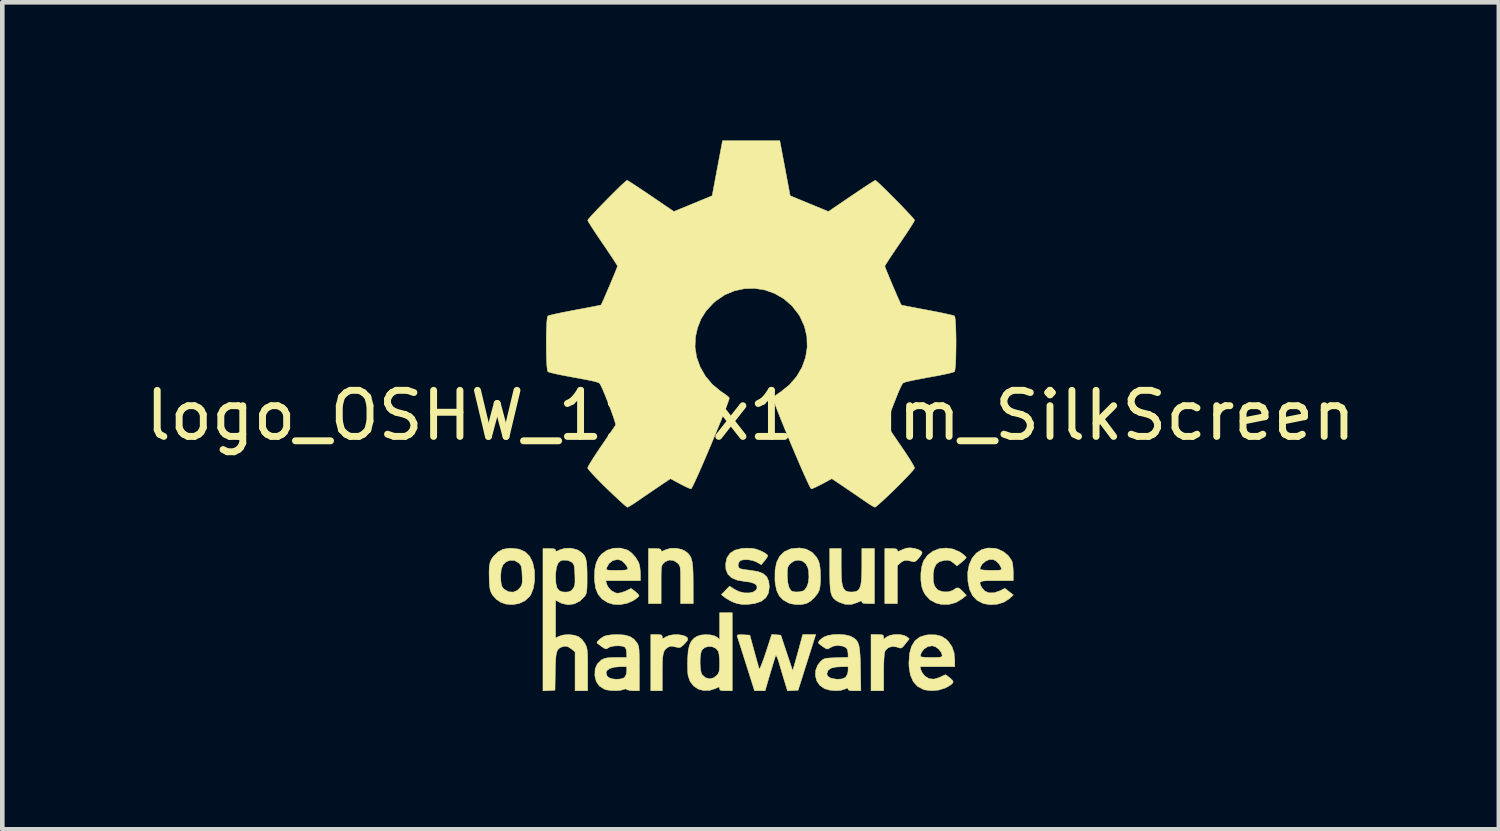
<source format=kicad_pcb>
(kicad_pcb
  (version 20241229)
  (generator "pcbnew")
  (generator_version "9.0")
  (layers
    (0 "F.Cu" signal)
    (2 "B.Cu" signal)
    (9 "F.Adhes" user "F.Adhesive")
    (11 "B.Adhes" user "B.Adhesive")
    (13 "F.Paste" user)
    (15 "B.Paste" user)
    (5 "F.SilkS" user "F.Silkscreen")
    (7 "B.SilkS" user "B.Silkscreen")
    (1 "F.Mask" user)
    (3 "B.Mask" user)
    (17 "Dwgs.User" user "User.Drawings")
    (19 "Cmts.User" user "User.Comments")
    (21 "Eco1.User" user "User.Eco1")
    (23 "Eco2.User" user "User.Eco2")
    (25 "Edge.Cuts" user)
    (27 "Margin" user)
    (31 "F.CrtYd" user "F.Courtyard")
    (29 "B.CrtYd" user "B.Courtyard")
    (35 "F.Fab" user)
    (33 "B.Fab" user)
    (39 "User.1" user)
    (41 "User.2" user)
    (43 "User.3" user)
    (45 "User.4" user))
  (footprint "logo_OSHW_11.4x12mm_SilkScreen"
    (layer "F.Cu")
    (at 13.244 5.969)
    (property "Reference" "logo_OSHW_11.4x12mm_SilkScreen" (at 0 0 0) (layer "F.SilkS") (effects (font (size 1 1) (thickness 0.15))))
    (attr exclude_from_pos_files exclude_from_bom)
    (fp_poly (pts (xy 3.564 2.887) (xy 3.649 2.914) (xy 3.704 2.947) (xy 3.722 2.973) (xy 3.717 3.004) (xy 3.685 3.053) (xy 3.658 3.087) (xy 3.602 3.149) (xy 3.56 3.176) (xy 3.524 3.174) (xy 3.418 3.147) (xy 3.34 3.148) (xy 3.277 3.179) (xy 3.256 3.197) (xy 3.187 3.26) (xy 3.187 4.084) (xy 2.914 4.084) (xy 2.914 2.889) (xy 3.05 2.889) (xy 3.133 2.892) (xy 3.175 2.903) (xy 3.187 2.926) (xy 3.187 2.927) (xy 3.193 2.95) (xy 3.22 2.947) (xy 3.256 2.93) (xy 3.331 2.898) (xy 3.392 2.879) (xy 3.471 2.874) (xy 3.564 2.887)) (stroke (width 0.01) (type solid)) (fill yes) (layer "F.SilkS"))
    (fp_poly (pts (xy 3.238 4.756) (xy 3.334 4.775) (xy 3.389 4.803) (xy 3.446 4.849) (xy 3.364 4.952) (xy 3.314 5.014) (xy 3.28 5.045) (xy 3.246 5.05) (xy 3.196 5.035) (xy 3.173 5.026) (xy 3.078 5.014) (xy 2.991 5.04) (xy 2.927 5.101) (xy 2.917 5.12) (xy 2.905 5.171) (xy 2.897 5.266) (xy 2.891 5.396) (xy 2.889 5.556) (xy 2.889 5.579) (xy 2.889 5.976) (xy 2.615 5.976) (xy 2.615 4.756) (xy 2.752 4.756) (xy 2.831 4.758) (xy 2.872 4.768) (xy 2.887 4.788) (xy 2.889 4.808) (xy 2.889 4.859) (xy 2.954 4.808) (xy 3.029 4.773) (xy 3.131 4.755) (xy 3.238 4.756)) (stroke (width 0.01) (type solid)) (fill yes) (layer "F.SilkS"))
    (fp_poly (pts (xy -1.967 4.759) (xy -1.93 4.77) (xy -1.918 4.795) (xy -1.917 4.806) (xy -1.915 4.837) (xy -1.9 4.841) (xy -1.86 4.82) (xy -1.837 4.806) (xy -1.761 4.775) (xy -1.672 4.76) (xy -1.577 4.758) (xy -1.489 4.77) (xy -1.417 4.792) (xy -1.372 4.824) (xy -1.363 4.865) (xy -1.367 4.875) (xy -1.4 4.921) (xy -1.452 4.976) (xy -1.461 4.985) (xy -1.51 5.026) (xy -1.552 5.04) (xy -1.611 5.03) (xy -1.635 5.024) (xy -1.708 5.009) (xy -1.76 5.016) (xy -1.804 5.039) (xy -1.844 5.071) (xy -1.874 5.111) (xy -1.894 5.166) (xy -1.907 5.245) (xy -1.914 5.355) (xy -1.917 5.503) (xy -1.917 5.592) (xy -1.917 5.976) (xy -2.166 5.976) (xy -2.166 4.756) (xy -2.042 4.756) (xy -1.967 4.759)) (stroke (width 0.01) (type solid)) (fill yes) (layer "F.SilkS"))
    (fp_poly (pts (xy 1.967 3.276) (xy 1.97 3.459) (xy 1.978 3.598) (xy 1.995 3.698) (xy 2.023 3.766) (xy 2.065 3.808) (xy 2.121 3.828) (xy 2.191 3.833) (xy 2.265 3.827) (xy 2.321 3.806) (xy 2.361 3.763) (xy 2.389 3.694) (xy 2.405 3.591) (xy 2.413 3.451) (xy 2.415 3.276) (xy 2.415 2.889) (xy 2.689 2.889) (xy 2.689 4.084) (xy 2.552 4.084) (xy 2.47 4.081) (xy 2.427 4.069) (xy 2.415 4.047) (xy 2.408 4.027) (xy 2.38 4.031) (xy 2.322 4.059) (xy 2.191 4.102) (xy 2.051 4.099) (xy 1.918 4.052) (xy 1.854 4.015) (xy 1.806 3.975) (xy 1.77 3.924) (xy 1.746 3.857) (xy 1.73 3.765) (xy 1.722 3.642) (xy 1.719 3.481) (xy 1.718 3.356) (xy 1.718 2.889) (xy 1.967 2.889) (xy 1.967 3.276)) (stroke (width 0.01) (type solid)) (fill yes) (layer "F.SilkS"))
    (fp_poly (pts (xy -1.493 2.909) (xy -1.431 2.939) (xy -1.371 2.982) (xy -1.326 3.031) (xy -1.292 3.094) (xy -1.269 3.177) (xy -1.255 3.288) (xy -1.248 3.434) (xy -1.246 3.622) (xy -1.246 3.642) (xy -1.245 4.084) (xy -1.519 4.084) (xy -1.519 3.676) (xy -1.519 3.525) (xy -1.521 3.416) (xy -1.524 3.34) (xy -1.531 3.289) (xy -1.543 3.255) (xy -1.56 3.229) (xy -1.585 3.203) (xy -1.67 3.149) (xy -1.762 3.138) (xy -1.851 3.173) (xy -1.881 3.199) (xy -1.904 3.223) (xy -1.92 3.249) (xy -1.931 3.285) (xy -1.937 3.339) (xy -1.941 3.418) (xy -1.942 3.533) (xy -1.942 3.672) (xy -1.942 4.084) (xy -2.216 4.084) (xy -2.216 2.889) (xy -2.079 2.889) (xy -1.997 2.892) (xy -1.955 2.903) (xy -1.942 2.926) (xy -1.942 2.927) (xy -1.937 2.949) (xy -1.911 2.946) (xy -1.861 2.922) (xy -1.748 2.886) (xy -1.618 2.882) (xy -1.493 2.909)) (stroke (width 0.01) (type solid)) (fill yes) (layer "F.SilkS"))
    (fp_poly (pts (xy 4.391 2.899) (xy 4.535 2.96) (xy 4.581 2.99) (xy 4.639 3.036) (xy 4.675 3.072) (xy 4.682 3.084) (xy 4.664 3.11) (xy 4.618 3.154) (xy 4.581 3.185) (xy 4.481 3.266) (xy 4.402 3.199) (xy 4.341 3.156) (xy 4.281 3.141) (xy 4.213 3.145) (xy 4.104 3.172) (xy 4.03 3.228) (xy 3.985 3.318) (xy 3.964 3.448) (xy 3.964 3.449) (xy 3.966 3.594) (xy 3.993 3.701) (xy 4.049 3.774) (xy 4.086 3.799) (xy 4.186 3.829) (xy 4.293 3.829) (xy 4.386 3.8) (xy 4.408 3.785) (xy 4.463 3.748) (xy 4.506 3.742) (xy 4.552 3.769) (xy 4.604 3.819) (xy 4.685 3.903) (xy 4.595 3.978) (xy 4.455 4.062) (xy 4.298 4.103) (xy 4.134 4.1) (xy 4.026 4.072) (xy 3.899 4.005) (xy 3.798 3.898) (xy 3.753 3.822) (xy 3.715 3.714) (xy 3.697 3.577) (xy 3.697 3.429) (xy 3.715 3.286) (xy 3.751 3.167) (xy 3.757 3.155) (xy 3.842 3.035) (xy 3.957 2.947) (xy 4.093 2.894) (xy 4.24 2.878) (xy 4.391 2.899)) (stroke (width 0.01) (type solid)) (fill yes) (layer "F.SilkS"))
    (fp_poly (pts (xy 1.21 2.903) (xy 1.336 2.972) (xy 1.434 3.08) (xy 1.48 3.168) (xy 1.5 3.246) (xy 1.513 3.357) (xy 1.519 3.485) (xy 1.517 3.613) (xy 1.506 3.726) (xy 1.494 3.786) (xy 1.454 3.868) (xy 1.383 3.956) (xy 1.298 4.032) (xy 1.214 4.082) (xy 1.212 4.082) (xy 1.108 4.104) (xy 0.985 4.105) (xy 0.867 4.085) (xy 0.822 4.069) (xy 0.705 4.003) (xy 0.622 3.916) (xy 0.567 3.801) (xy 0.536 3.651) (xy 0.529 3.572) (xy 0.53 3.473) (xy 0.797 3.473) (xy 0.806 3.618) (xy 0.832 3.728) (xy 0.873 3.798) (xy 0.902 3.818) (xy 0.977 3.832) (xy 1.066 3.828) (xy 1.144 3.808) (xy 1.164 3.797) (xy 1.217 3.732) (xy 1.252 3.633) (xy 1.267 3.513) (xy 1.26 3.383) (xy 1.244 3.306) (xy 1.197 3.216) (xy 1.123 3.16) (xy 1.033 3.14) (xy 0.941 3.16) (xy 0.87 3.21) (xy 0.832 3.252) (xy 0.811 3.292) (xy 0.8 3.347) (xy 0.797 3.432) (xy 0.797 3.473) (xy 0.53 3.473) (xy 0.531 3.362) (xy 0.565 3.189) (xy 0.632 3.055) (xy 0.731 2.958) (xy 0.862 2.899) (xy 0.89 2.892) (xy 1.06 2.876) (xy 1.21 2.903)) (stroke (width 0.01) (type solid)) (fill yes) (layer "F.SilkS"))
    (fp_poly (pts (xy 0.558 4.761) (xy 0.656 4.769) (xy 0.785 5.155) (xy 0.914 5.541) (xy 0.954 5.404) (xy 0.978 5.319) (xy 1.01 5.205) (xy 1.045 5.079) (xy 1.063 5.012) (xy 1.132 4.756) (xy 1.415 4.756) (xy 1.33 5.024) (xy 1.288 5.156) (xy 1.238 5.314) (xy 1.185 5.48) (xy 1.139 5.628) (xy 1.032 5.964) (xy 0.801 5.979) (xy 0.738 5.772) (xy 0.699 5.644) (xy 0.657 5.502) (xy 0.62 5.377) (xy 0.619 5.372) (xy 0.592 5.288) (xy 0.567 5.23) (xy 0.55 5.208) (xy 0.547 5.21) (xy 0.534 5.244) (xy 0.511 5.317) (xy 0.48 5.419) (xy 0.443 5.542) (xy 0.423 5.609) (xy 0.315 5.976) (xy 0.086 5.976) (xy -0.098 5.397) (xy -0.149 5.235) (xy -0.196 5.088) (xy -0.236 4.962) (xy -0.267 4.865) (xy -0.287 4.804) (xy -0.293 4.786) (xy -0.288 4.768) (xy -0.251 4.76) (xy -0.173 4.761) (xy -0.16 4.761) (xy -0.016 4.769) (xy 0.079 5.117) (xy 0.114 5.244) (xy 0.145 5.356) (xy 0.17 5.443) (xy 0.185 5.495) (xy 0.188 5.503) (xy 0.2 5.494) (xy 0.224 5.443) (xy 0.257 5.359) (xy 0.297 5.248) (xy 0.331 5.147) (xy 0.459 4.754) (xy 0.558 4.761)) (stroke (width 0.01) (type solid)) (fill yes) (layer "F.SilkS"))
    (fp_poly (pts (xy -5.027 2.902) (xy -4.896 2.959) (xy -4.798 3.055) (xy -4.73 3.19) (xy -4.693 3.364) (xy -4.691 3.391) (xy -4.689 3.582) (xy -4.715 3.75) (xy -4.769 3.886) (xy -4.798 3.93) (xy -4.898 4.022) (xy -5.025 4.082) (xy -5.168 4.107) (xy -5.314 4.094) (xy -5.424 4.055) (xy -5.52 3.99) (xy -5.597 3.904) (xy -5.599 3.902) (xy -5.63 3.849) (xy -5.651 3.795) (xy -5.663 3.728) (xy -5.671 3.633) (xy -5.674 3.555) (xy -5.675 3.484) (xy -5.426 3.484) (xy -5.424 3.554) (xy -5.415 3.648) (xy -5.399 3.708) (xy -5.371 3.751) (xy -5.345 3.776) (xy -5.252 3.828) (xy -5.154 3.835) (xy -5.063 3.798) (xy -5.018 3.755) (xy -4.985 3.713) (xy -4.966 3.672) (xy -4.957 3.619) (xy -4.957 3.54) (xy -4.959 3.467) (xy -4.965 3.363) (xy -4.974 3.295) (xy -4.99 3.251) (xy -5.017 3.217) (xy -5.038 3.198) (xy -5.127 3.147) (xy -5.223 3.145) (xy -5.303 3.175) (xy -5.372 3.237) (xy -5.413 3.34) (xy -5.426 3.484) (xy -5.675 3.484) (xy -5.677 3.4) (xy -5.672 3.284) (xy -5.657 3.196) (xy -5.63 3.128) (xy -5.588 3.067) (xy -5.573 3.049) (xy -5.478 2.959) (xy -5.375 2.906) (xy -5.25 2.884) (xy -5.189 2.882) (xy -5.027 2.902)) (stroke (width 0.01) (type solid)) (fill yes) (layer "F.SilkS"))
    (fp_poly (pts (xy -0.398 5.976) (xy -0.535 5.976) (xy -0.615 5.974) (xy -0.656 5.964) (xy -0.671 5.944) (xy -0.672 5.929) (xy -0.675 5.901) (xy -0.691 5.895) (xy -0.732 5.913) (xy -0.765 5.929) (xy -0.889 5.968) (xy -1.024 5.97) (xy -1.134 5.941) (xy -1.237 5.872) (xy -1.315 5.769) (xy -1.357 5.647) (xy -1.358 5.64) (xy -1.365 5.566) (xy -1.368 5.46) (xy -1.368 5.379) (xy -1.096 5.379) (xy -1.089 5.486) (xy -1.075 5.574) (xy -1.056 5.624) (xy -0.982 5.692) (xy -0.895 5.717) (xy -0.805 5.697) (xy -0.728 5.638) (xy -0.699 5.598) (xy -0.682 5.551) (xy -0.674 5.482) (xy -0.672 5.379) (xy -0.676 5.276) (xy -0.685 5.186) (xy -0.698 5.126) (xy -0.7 5.12) (xy -0.754 5.056) (xy -0.831 5.021) (xy -0.918 5.015) (xy -0.998 5.039) (xy -1.058 5.095) (xy -1.064 5.106) (xy -1.083 5.173) (xy -1.094 5.269) (xy -1.096 5.379) (xy -1.368 5.379) (xy -1.368 5.338) (xy -1.366 5.273) (xy -1.354 5.111) (xy -1.328 4.99) (xy -1.286 4.9) (xy -1.224 4.834) (xy -1.163 4.795) (xy -1.078 4.767) (xy -0.972 4.758) (xy -0.864 4.765) (xy -0.772 4.789) (xy -0.723 4.818) (xy -0.672 4.864) (xy -0.672 4.283) (xy -0.398 4.283) (xy -0.398 5.976)) (stroke (width 0.01) (type solid)) (fill yes) (layer "F.SilkS"))
    (fp_poly (pts (xy 5.303 2.884) (xy 5.367 2.9) (xy 5.489 2.957) (xy 5.594 3.043) (xy 5.666 3.147) (xy 5.676 3.17) (xy 5.69 3.231) (xy 5.699 3.322) (xy 5.703 3.413) (xy 5.703 3.586) (xy 5.341 3.586) (xy 5.193 3.586) (xy 5.088 3.59) (xy 5.021 3.599) (xy 4.987 3.616) (xy 4.979 3.643) (xy 4.992 3.684) (xy 5.016 3.732) (xy 5.082 3.811) (xy 5.174 3.851) (xy 5.286 3.85) (xy 5.412 3.807) (xy 5.522 3.753) (xy 5.613 3.825) (xy 5.704 3.897) (xy 5.619 3.976) (xy 5.504 4.051) (xy 5.364 4.096) (xy 5.212 4.109) (xy 5.066 4.086) (xy 5.043 4.078) (xy 4.914 4.011) (xy 4.819 3.911) (xy 4.754 3.775) (xy 4.718 3.6) (xy 4.718 3.597) (xy 4.714 3.406) (xy 4.727 3.338) (xy 4.98 3.338) (xy 5.004 3.348) (xy 5.067 3.357) (xy 5.16 3.361) (xy 5.219 3.362) (xy 5.329 3.361) (xy 5.397 3.359) (xy 5.433 3.351) (xy 5.446 3.337) (xy 5.443 3.315) (xy 5.44 3.306) (xy 5.395 3.223) (xy 5.325 3.156) (xy 5.263 3.127) (xy 5.181 3.128) (xy 5.098 3.165) (xy 5.028 3.226) (xy 4.986 3.299) (xy 4.98 3.338) (xy 4.727 3.338) (xy 4.746 3.238) (xy 4.81 3.098) (xy 4.901 2.988) (xy 5.016 2.913) (xy 5.151 2.877) (xy 5.303 2.884)) (stroke (width 0.01) (type solid)) (fill yes) (layer "F.SilkS"))
    (fp_poly (pts (xy 0.028 2.884) (xy 0.122 2.902) (xy 0.22 2.94) (xy 0.23 2.944) (xy 0.305 2.983) (xy 0.356 3.02) (xy 0.373 3.043) (xy 0.357 3.081) (xy 0.318 3.137) (xy 0.301 3.158) (xy 0.231 3.24) (xy 0.14 3.186) (xy 0.054 3.151) (xy -0.045 3.132) (xy -0.141 3.13) (xy -0.215 3.148) (xy -0.233 3.159) (xy -0.266 3.211) (xy -0.271 3.27) (xy -0.245 3.316) (xy -0.23 3.324) (xy -0.186 3.336) (xy -0.107 3.349) (xy -0.01 3.361) (xy 0.008 3.363) (xy 0.164 3.39) (xy 0.278 3.436) (xy 0.353 3.505) (xy 0.394 3.601) (xy 0.407 3.719) (xy 0.389 3.852) (xy 0.331 3.957) (xy 0.232 4.034) (xy 0.093 4.082) (xy -0.062 4.101) (xy -0.189 4.101) (xy -0.291 4.083) (xy -0.361 4.059) (xy -0.45 4.018) (xy -0.531 3.97) (xy -0.56 3.949) (xy -0.635 3.888) (xy -0.545 3.797) (xy -0.455 3.705) (xy -0.352 3.773) (xy -0.25 3.824) (xy -0.14 3.851) (xy -0.034 3.853) (xy 0.056 3.833) (xy 0.119 3.789) (xy 0.139 3.753) (xy 0.136 3.694) (xy 0.085 3.649) (xy -0.013 3.618) (xy -0.121 3.604) (xy -0.287 3.576) (xy -0.41 3.525) (xy -0.492 3.447) (xy -0.535 3.343) (xy -0.541 3.218) (xy -0.512 3.089) (xy -0.445 2.991) (xy -0.34 2.924) (xy -0.196 2.888) (xy -0.089 2.881) (xy 0.028 2.884)) (stroke (width 0.01) (type solid)) (fill yes) (layer "F.SilkS"))
    (fp_poly (pts (xy 4.025 4.763) (xy 4.144 4.794) (xy 4.244 4.858) (xy 4.292 4.905) (xy 4.371 5.018) (xy 4.417 5.149) (xy 4.432 5.31) (xy 4.432 5.323) (xy 4.433 5.454) (xy 3.68 5.454) (xy 3.696 5.522) (xy 3.725 5.584) (xy 3.776 5.649) (xy 3.786 5.659) (xy 3.877 5.715) (xy 3.981 5.724) (xy 4.101 5.688) (xy 4.121 5.678) (xy 4.183 5.648) (xy 4.225 5.63) (xy 4.232 5.629) (xy 4.258 5.644) (xy 4.306 5.682) (xy 4.331 5.702) (xy 4.382 5.75) (xy 4.398 5.781) (xy 4.387 5.81) (xy 4.38 5.817) (xy 4.338 5.852) (xy 4.269 5.894) (xy 4.221 5.918) (xy 4.084 5.961) (xy 3.932 5.975) (xy 3.788 5.958) (xy 3.748 5.946) (xy 3.623 5.88) (xy 3.531 5.777) (xy 3.47 5.637) (xy 3.44 5.459) (xy 3.437 5.366) (xy 3.447 5.231) (xy 3.685 5.231) (xy 3.709 5.241) (xy 3.771 5.249) (xy 3.861 5.254) (xy 3.922 5.254) (xy 4.032 5.254) (xy 4.101 5.25) (xy 4.14 5.242) (xy 4.156 5.227) (xy 4.159 5.205) (xy 4.137 5.138) (xy 4.084 5.072) (xy 4.013 5.021) (xy 3.942 5) (xy 3.846 5.018) (xy 3.763 5.072) (xy 3.705 5.149) (xy 3.685 5.231) (xy 3.447 5.231) (xy 3.451 5.169) (xy 3.494 5.012) (xy 3.566 4.894) (xy 3.668 4.813) (xy 3.802 4.769) (xy 3.875 4.761) (xy 4.025 4.763)) (stroke (width 0.01) (type solid)) (fill yes) (layer "F.SilkS"))
    (fp_poly (pts (xy -2.687 2.916) (xy -2.662 2.928) (xy -2.576 2.991) (xy -2.495 3.083) (xy -2.434 3.184) (xy -2.417 3.23) (xy -2.401 3.313) (xy -2.392 3.414) (xy -2.391 3.455) (xy -2.391 3.586) (xy -3.143 3.586) (xy -3.127 3.654) (xy -3.088 3.735) (xy -3.019 3.805) (xy -2.937 3.85) (xy -2.885 3.86) (xy -2.814 3.848) (xy -2.73 3.82) (xy -2.701 3.807) (xy -2.595 3.754) (xy -2.504 3.823) (xy -2.452 3.87) (xy -2.424 3.908) (xy -2.423 3.919) (xy -2.448 3.947) (xy -2.502 3.989) (xy -2.551 4.021) (xy -2.685 4.079) (xy -2.834 4.106) (xy -2.982 4.099) (xy -3.1 4.063) (xy -3.222 3.986) (xy -3.308 3.885) (xy -3.363 3.754) (xy -3.387 3.587) (xy -3.389 3.511) (xy -3.381 3.337) (xy -3.38 3.332) (xy -3.13 3.332) (xy -3.123 3.348) (xy -3.095 3.357) (xy -3.037 3.361) (xy -2.94 3.362) (xy -2.903 3.362) (xy -2.789 3.36) (xy -2.717 3.356) (xy -2.679 3.346) (xy -2.665 3.33) (xy -2.665 3.325) (xy -2.68 3.284) (xy -2.719 3.228) (xy -2.736 3.208) (xy -2.798 3.152) (xy -2.864 3.13) (xy -2.899 3.128) (xy -2.993 3.151) (xy -3.073 3.213) (xy -3.123 3.303) (xy -3.124 3.306) (xy -3.13 3.332) (xy -3.38 3.332) (xy -3.352 3.199) (xy -3.299 3.089) (xy -3.236 3.011) (xy -3.118 2.927) (xy -2.979 2.882) (xy -2.831 2.878) (xy -2.687 2.916)) (stroke (width 0.01) (type solid)) (fill yes) (layer "F.SilkS"))
    (fp_poly (pts (xy 2.056 4.764) (xy 2.161 4.789) (xy 2.192 4.803) (xy 2.251 4.838) (xy 2.296 4.878) (xy 2.329 4.929) (xy 2.353 4.999) (xy 2.368 5.093) (xy 2.378 5.22) (xy 2.384 5.386) (xy 2.386 5.497) (xy 2.394 5.976) (xy 2.256 5.976) (xy 2.171 5.973) (xy 2.128 5.961) (xy 2.117 5.941) (xy 2.111 5.919) (xy 2.084 5.923) (xy 2.048 5.94) (xy 1.958 5.967) (xy 1.842 5.975) (xy 1.72 5.963) (xy 1.611 5.932) (xy 1.602 5.928) (xy 1.503 5.859) (xy 1.437 5.762) (xy 1.407 5.649) (xy 1.41 5.608) (xy 1.655 5.608) (xy 1.676 5.663) (xy 1.74 5.702) (xy 1.844 5.723) (xy 1.899 5.726) (xy 1.991 5.719) (xy 2.052 5.691) (xy 2.067 5.678) (xy 2.107 5.606) (xy 2.117 5.541) (xy 2.117 5.454) (xy 1.995 5.454) (xy 1.854 5.461) (xy 1.755 5.483) (xy 1.693 5.523) (xy 1.679 5.541) (xy 1.655 5.608) (xy 1.41 5.608) (xy 1.414 5.53) (xy 1.459 5.417) (xy 1.52 5.34) (xy 1.557 5.307) (xy 1.594 5.285) (xy 1.641 5.272) (xy 1.711 5.265) (xy 1.815 5.26) (xy 1.857 5.258) (xy 2.117 5.25) (xy 2.116 5.171) (xy 2.106 5.088) (xy 2.07 5.038) (xy 1.996 5.006) (xy 1.994 5.006) (xy 1.89 4.993) (xy 1.788 5.01) (xy 1.712 5.05) (xy 1.682 5.069) (xy 1.649 5.067) (xy 1.599 5.038) (xy 1.569 5.018) (xy 1.511 4.975) (xy 1.475 4.943) (xy 1.47 4.933) (xy 1.493 4.886) (xy 1.563 4.829) (xy 1.594 4.809) (xy 1.681 4.776) (xy 1.799 4.757) (xy 1.93 4.753) (xy 2.056 4.764)) (stroke (width 0.01) (type solid)) (fill yes) (layer "F.SilkS"))
    (fp_poly (pts (xy -2.741 4.766) (xy -2.624 4.797) (xy -2.535 4.854) (xy -2.472 4.928) (xy -2.452 4.96) (xy -2.438 4.993) (xy -2.428 5.035) (xy -2.421 5.095) (xy -2.418 5.179) (xy -2.416 5.296) (xy -2.416 5.453) (xy -2.415 5.495) (xy -2.415 5.976) (xy -2.535 5.976) (xy -2.611 5.971) (xy -2.668 5.958) (xy -2.682 5.949) (xy -2.72 5.935) (xy -2.76 5.949) (xy -2.825 5.967) (xy -2.919 5.974) (xy -3.024 5.971) (xy -3.119 5.958) (xy -3.175 5.941) (xy -3.283 5.872) (xy -3.35 5.776) (xy -3.381 5.648) (xy -3.381 5.645) (xy -3.378 5.588) (xy -3.138 5.588) (xy -3.117 5.652) (xy -3.082 5.689) (xy -3.013 5.716) (xy -2.923 5.727) (xy -2.83 5.722) (xy -2.756 5.7) (xy -2.735 5.686) (xy -2.699 5.622) (xy -2.689 5.549) (xy -2.689 5.454) (xy -2.827 5.454) (xy -2.958 5.464) (xy -3.057 5.492) (xy -3.119 5.537) (xy -3.138 5.588) (xy -3.378 5.588) (xy -3.375 5.505) (xy -3.328 5.394) (xy -3.242 5.311) (xy -3.23 5.303) (xy -3.178 5.278) (xy -3.115 5.263) (xy -3.026 5.256) (xy -2.92 5.254) (xy -2.689 5.254) (xy -2.689 5.158) (xy -2.699 5.083) (xy -2.724 5.033) (xy -2.727 5.03) (xy -2.783 5.008) (xy -2.866 5) (xy -2.959 5.004) (xy -3.041 5.02) (xy -3.089 5.044) (xy -3.116 5.063) (xy -3.143 5.067) (xy -3.182 5.051) (xy -3.24 5.012) (xy -3.327 4.945) (xy -3.335 4.939) (xy -3.331 4.916) (xy -3.296 4.877) (xy -3.245 4.835) (xy -3.188 4.799) (xy -3.17 4.79) (xy -3.104 4.773) (xy -3.008 4.761) (xy -2.901 4.756) (xy -2.896 4.756) (xy -2.741 4.766)) (stroke (width 0.01) (type solid)) (fill yes) (layer "F.SilkS"))
    (fp_poly (pts (xy -3.78 2.91) (xy -3.728 2.935) (xy -3.663 2.981) (xy -3.616 3.03) (xy -3.583 3.092) (xy -3.563 3.175) (xy -3.553 3.288) (xy -3.549 3.438) (xy -3.549 3.503) (xy -3.549 3.645) (xy -3.552 3.747) (xy -3.558 3.817) (xy -3.568 3.865) (xy -3.584 3.901) (xy -3.6 3.925) (xy -3.704 4.028) (xy -3.826 4.09) (xy -3.958 4.109) (xy -4.091 4.082) (xy -4.133 4.062) (xy -4.233 4.01) (xy -4.233 4.832) (xy -4.16 4.794) (xy -4.063 4.765) (xy -3.944 4.757) (xy -3.825 4.771) (xy -3.736 4.802) (xy -3.661 4.862) (xy -3.598 4.947) (xy -3.593 4.956) (xy -3.573 4.997) (xy -3.558 5.038) (xy -3.548 5.089) (xy -3.541 5.156) (xy -3.538 5.249) (xy -3.536 5.377) (xy -3.536 5.52) (xy -3.536 5.976) (xy -3.81 5.976) (xy -3.81 5.134) (xy -3.887 5.07) (xy -3.966 5.018) (xy -4.042 5.009) (xy -4.117 5.033) (xy -4.158 5.057) (xy -4.188 5.09) (xy -4.209 5.141) (xy -4.224 5.216) (xy -4.233 5.323) (xy -4.238 5.469) (xy -4.24 5.566) (xy -4.246 5.964) (xy -4.377 5.972) (xy -4.507 5.979) (xy -4.507 3.507) (xy -4.233 3.507) (xy -4.226 3.644) (xy -4.203 3.74) (xy -4.159 3.8) (xy -4.091 3.829) (xy -4.022 3.835) (xy -3.944 3.828) (xy -3.892 3.802) (xy -3.859 3.766) (xy -3.834 3.729) (xy -3.819 3.687) (xy -3.812 3.628) (xy -3.812 3.539) (xy -3.814 3.465) (xy -3.819 3.354) (xy -3.827 3.281) (xy -3.84 3.234) (xy -3.861 3.203) (xy -3.881 3.185) (xy -3.965 3.146) (xy -4.063 3.14) (xy -4.12 3.153) (xy -4.176 3.201) (xy -4.214 3.295) (xy -4.232 3.433) (xy -4.233 3.507) (xy -4.507 3.507) (xy -4.507 2.889) (xy -4.37 2.889) (xy -4.288 2.892) (xy -4.246 2.903) (xy -4.233 2.926) (xy -4.233 2.927) (xy -4.228 2.949) (xy -4.202 2.946) (xy -4.152 2.922) (xy -4.036 2.885) (xy -3.905 2.881) (xy -3.78 2.91)) (stroke (width 0.01) (type solid)) (fill yes) (layer "F.SilkS"))
    (fp_poly (pts (xy 0.747 -5.367) (xy 0.859 -4.77) (xy 1.275 -4.598) (xy 1.69 -4.427) (xy 2.188 -4.766) (xy 2.328 -4.86) (xy 2.454 -4.945) (xy 2.561 -5.015) (xy 2.643 -5.067) (xy 2.693 -5.098) (xy 2.707 -5.105) (xy 2.732 -5.088) (xy 2.785 -5.041) (xy 2.86 -4.969) (xy 2.952 -4.88) (xy 3.054 -4.778) (xy 3.161 -4.67) (xy 3.266 -4.563) (xy 3.363 -4.461) (xy 3.447 -4.372) (xy 3.512 -4.301) (xy 3.552 -4.253) (xy 3.561 -4.238) (xy 3.547 -4.209) (xy 3.509 -4.145) (xy 3.451 -4.053) (xy 3.376 -3.939) (xy 3.288 -3.809) (xy 3.237 -3.734) (xy 3.145 -3.599) (xy 3.063 -3.477) (xy 2.995 -3.374) (xy 2.945 -3.296) (xy 2.918 -3.25) (xy 2.914 -3.24) (xy 2.923 -3.213) (xy 2.948 -3.149) (xy 2.986 -3.057) (xy 3.032 -2.946) (xy 3.083 -2.826) (xy 3.134 -2.706) (xy 3.182 -2.594) (xy 3.224 -2.5) (xy 3.254 -2.432) (xy 3.271 -2.399) (xy 3.272 -2.398) (xy 3.297 -2.392) (xy 3.364 -2.378) (xy 3.466 -2.358) (xy 3.597 -2.333) (xy 3.748 -2.304) (xy 3.837 -2.288) (xy 3.998 -2.257) (xy 4.145 -2.228) (xy 4.268 -2.201) (xy 4.36 -2.18) (xy 4.415 -2.165) (xy 4.426 -2.16) (xy 4.437 -2.127) (xy 4.446 -2.053) (xy 4.452 -1.947) (xy 4.457 -1.817) (xy 4.46 -1.671) (xy 4.46 -1.519) (xy 4.458 -1.369) (xy 4.455 -1.23) (xy 4.449 -1.11) (xy 4.441 -1.018) (xy 4.431 -0.962) (xy 4.425 -0.951) (xy 4.39 -0.937) (xy 4.316 -0.917) (xy 4.212 -0.894) (xy 4.089 -0.869) (xy 4.046 -0.861) (xy 3.838 -0.823) (xy 3.674 -0.792) (xy 3.548 -0.768) (xy 3.455 -0.748) (xy 3.389 -0.733) (xy 3.346 -0.719) (xy 3.318 -0.707) (xy 3.302 -0.696) (xy 3.3 -0.693) (xy 3.278 -0.656) (xy 3.243 -0.583) (xy 3.2 -0.483) (xy 3.153 -0.366) (xy 3.103 -0.241) (xy 3.056 -0.115) (xy 3.014 0.001) (xy 2.981 0.099) (xy 2.96 0.171) (xy 2.954 0.206) (xy 2.954 0.207) (xy 2.973 0.236) (xy 3.016 0.299) (xy 3.078 0.39) (xy 3.154 0.502) (xy 3.241 0.629) (xy 3.266 0.665) (xy 3.355 0.796) (xy 3.433 0.915) (xy 3.496 1.016) (xy 3.539 1.092) (xy 3.56 1.136) (xy 3.561 1.142) (xy 3.544 1.17) (xy 3.496 1.226) (xy 3.424 1.304) (xy 3.334 1.397) (xy 3.232 1.501) (xy 3.124 1.608) (xy 3.016 1.712) (xy 2.914 1.809) (xy 2.825 1.89) (xy 2.755 1.952) (xy 2.709 1.986) (xy 2.696 1.992) (xy 2.667 1.979) (xy 2.607 1.943) (xy 2.526 1.89) (xy 2.463 1.847) (xy 2.35 1.769) (xy 2.216 1.678) (xy 2.081 1.586) (xy 2.009 1.537) (xy 1.764 1.372) (xy 1.559 1.483) (xy 1.465 1.531) (xy 1.385 1.569) (xy 1.331 1.591) (xy 1.318 1.594) (xy 1.301 1.572) (xy 1.269 1.509) (xy 1.223 1.412) (xy 1.165 1.285) (xy 1.099 1.136) (xy 1.027 0.969) (xy 0.951 0.791) (xy 0.873 0.607) (xy 0.796 0.422) (xy 0.723 0.244) (xy 0.655 0.077) (xy 0.596 -0.072) (xy 0.547 -0.199) (xy 0.511 -0.297) (xy 0.491 -0.36) (xy 0.488 -0.381) (xy 0.513 -0.409) (xy 0.57 -0.454) (xy 0.644 -0.506) (xy 0.651 -0.51) (xy 0.844 -0.665) (xy 1 -0.846) (xy 1.117 -1.046) (xy 1.194 -1.261) (xy 1.229 -1.484) (xy 1.222 -1.71) (xy 1.17 -1.933) (xy 1.073 -2.147) (xy 1.044 -2.194) (xy 0.896 -2.383) (xy 0.72 -2.534) (xy 0.524 -2.648) (xy 0.313 -2.723) (xy 0.093 -2.759) (xy -0.13 -2.753) (xy -0.349 -2.707) (xy -0.559 -2.619) (xy -0.753 -2.488) (xy -0.813 -2.435) (xy -0.966 -2.269) (xy -1.077 -2.093) (xy -1.153 -1.897) (xy -1.196 -1.703) (xy -1.206 -1.484) (xy -1.171 -1.264) (xy -1.094 -1.051) (xy -0.979 -0.851) (xy -0.829 -0.673) (xy -0.647 -0.523) (xy -0.623 -0.507) (xy -0.548 -0.456) (xy -0.49 -0.411) (xy -0.463 -0.382) (xy -0.462 -0.381) (xy -0.468 -0.35) (xy -0.492 -0.28) (xy -0.53 -0.176) (xy -0.581 -0.045) (xy -0.642 0.109) (xy -0.711 0.278) (xy -0.786 0.458) (xy -0.863 0.643) (xy -0.941 0.826) (xy -1.016 1.003) (xy -1.088 1.167) (xy -1.152 1.312) (xy -1.208 1.433) (xy -1.251 1.524) (xy -1.281 1.579) (xy -1.293 1.594) (xy -1.329 1.582) (xy -1.397 1.552) (xy -1.485 1.508) (xy -1.534 1.483) (xy -1.739 1.372) (xy -1.984 1.537) (xy -2.109 1.622) (xy -2.246 1.715) (xy -2.374 1.803) (xy -2.438 1.847) (xy -2.528 1.908) (xy -2.605 1.956) (xy -2.658 1.986) (xy -2.675 1.992) (xy -2.7 1.975) (xy -2.755 1.928) (xy -2.835 1.856) (xy -2.934 1.764) (xy -3.048 1.656) (xy -3.12 1.587) (xy -3.245 1.464) (xy -3.354 1.353) (xy -3.441 1.26) (xy -3.503 1.19) (xy -3.534 1.147) (xy -3.537 1.138) (xy -3.523 1.105) (xy -3.485 1.038) (xy -3.426 0.944) (xy -3.352 0.829) (xy -3.266 0.701) (xy -3.241 0.665) (xy -3.152 0.535) (xy -3.072 0.418) (xy -3.006 0.321) (xy -2.958 0.25) (xy -2.932 0.211) (xy -2.93 0.207) (xy -2.933 0.176) (xy -2.953 0.108) (xy -2.985 0.013) (xy -3.026 -0.102) (xy -3.073 -0.227) (xy -3.123 -0.353) (xy -3.171 -0.472) (xy -3.214 -0.574) (xy -3.25 -0.65) (xy -3.273 -0.691) (xy -3.275 -0.693) (xy -3.29 -0.705) (xy -3.314 -0.717) (xy -3.355 -0.73) (xy -3.416 -0.745) (xy -3.503 -0.764) (xy -3.622 -0.787) (xy -3.779 -0.816) (xy -3.978 -0.853) (xy -4.021 -0.861) (xy -4.149 -0.886) (xy -4.26 -0.91) (xy -4.345 -0.931) (xy -4.394 -0.947) (xy -4.401 -0.951) (xy -4.411 -0.984) (xy -4.42 -1.058) (xy -4.427 -1.165) (xy -4.432 -1.295) (xy -4.434 -1.441) (xy -4.435 -1.593) (xy -4.434 -1.743) (xy -4.43 -1.882) (xy -4.425 -2.002) (xy -4.417 -2.093) (xy -4.407 -2.148) (xy -4.401 -2.16) (xy -4.369 -2.171) (xy -4.295 -2.19) (xy -4.186 -2.214) (xy -4.051 -2.242) (xy -3.896 -2.272) (xy -3.812 -2.288) (xy -3.652 -2.318) (xy -3.509 -2.345) (xy -3.391 -2.368) (xy -3.304 -2.385) (xy -3.255 -2.396) (xy -3.247 -2.398) (xy -3.233 -2.424) (xy -3.204 -2.487) (xy -3.164 -2.578) (xy -3.117 -2.688) (xy -3.065 -2.808) (xy -3.014 -2.929) (xy -2.967 -3.042) (xy -2.928 -3.137) (xy -2.901 -3.206) (xy -2.889 -3.24) (xy -2.889 -3.241) (xy -2.902 -3.268) (xy -2.94 -3.329) (xy -2.999 -3.42) (xy -3.074 -3.532) (xy -3.161 -3.661) (xy -3.212 -3.735) (xy -3.305 -3.871) (xy -3.387 -3.995) (xy -3.455 -4.099) (xy -3.505 -4.179) (xy -3.532 -4.227) (xy -3.536 -4.238) (xy -3.519 -4.263) (xy -3.473 -4.317) (xy -3.402 -4.394) (xy -3.314 -4.487) (xy -3.214 -4.59) (xy -3.108 -4.698) (xy -3.002 -4.805) (xy -2.902 -4.904) (xy -2.814 -4.99) (xy -2.743 -5.055) (xy -2.697 -5.095) (xy -2.682 -5.105) (xy -2.656 -5.091) (xy -2.596 -5.054) (xy -2.506 -4.995) (xy -2.393 -4.921) (xy -2.262 -4.833) (xy -2.163 -4.766) (xy -1.665 -4.427) (xy -1.25 -4.598) (xy -0.834 -4.77) (xy -0.722 -5.367) (xy -0.609 -5.964) (xy 0.634 -5.964) (xy 0.747 -5.367)) (stroke (width 0.01) (type solid)) (fill yes) (layer "F.SilkS")))
  (gr_rect
    (start -3 -3)
    (end 29.488 14.953)
    (stroke (width 0.1) (type default))
    (fill no)
    (layer "Edge.Cuts")))
</source>
